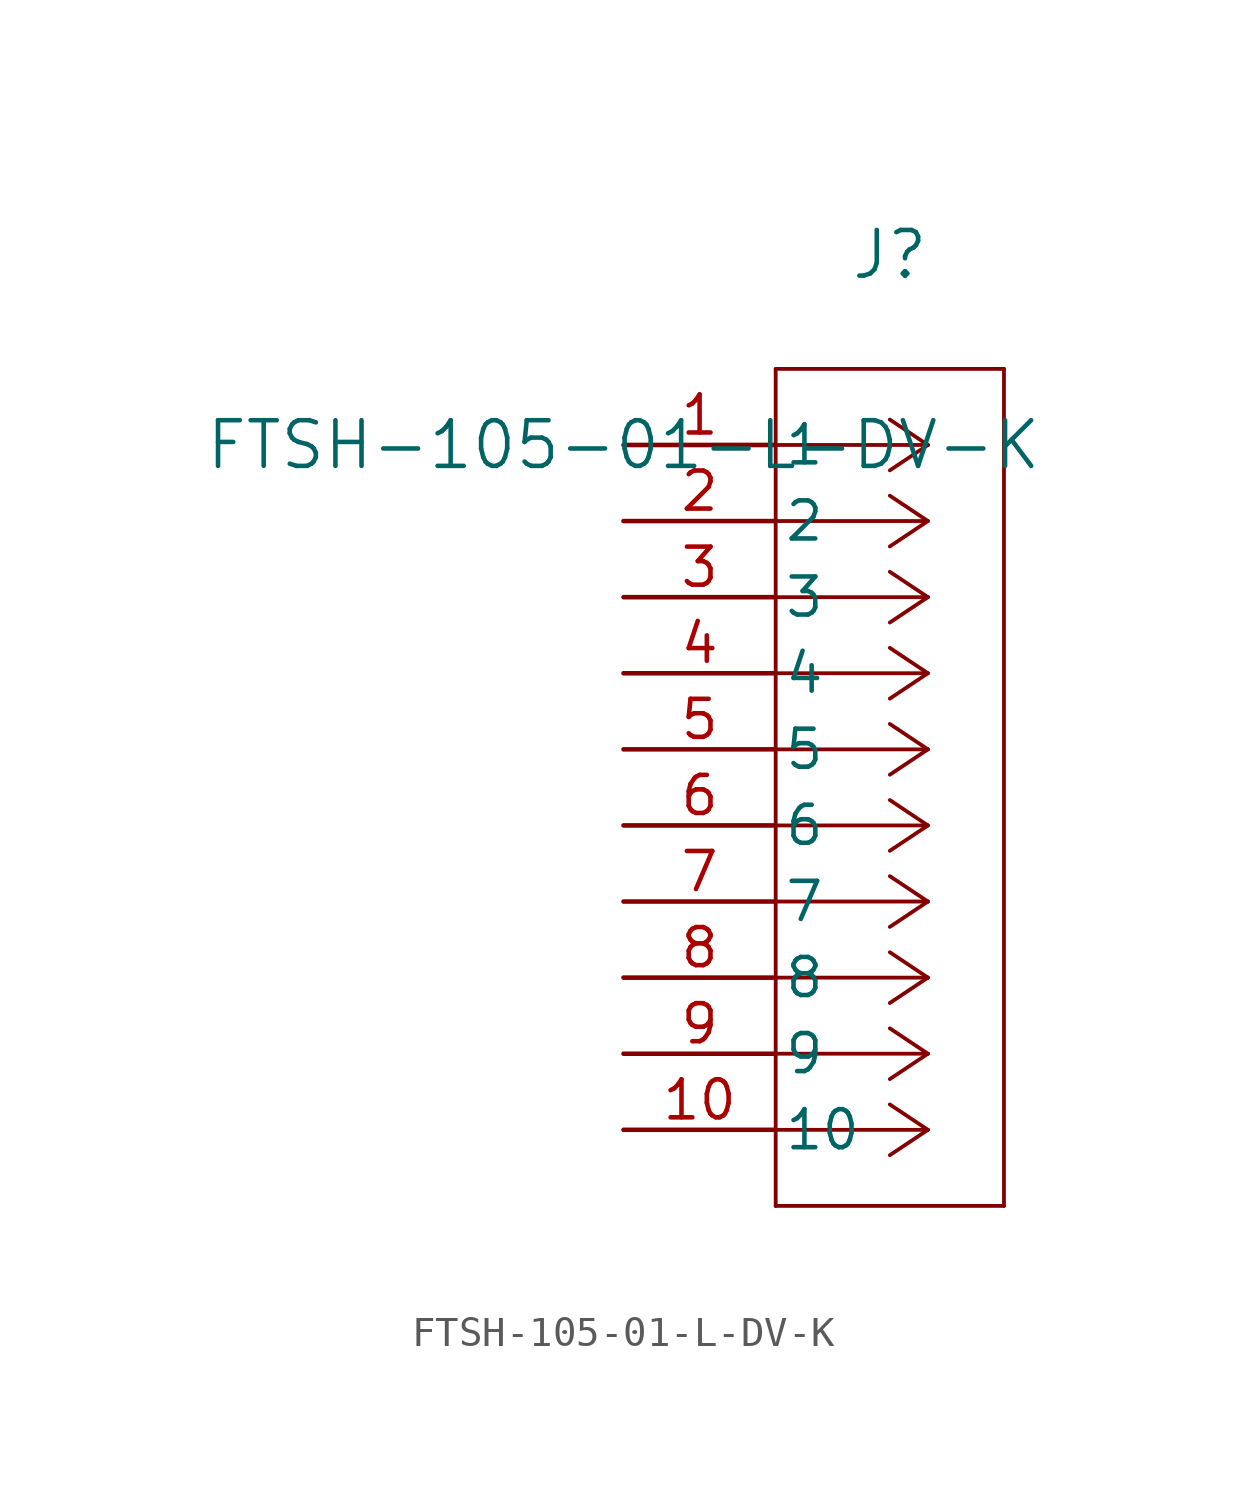
<source format=kicad_sym>
(kicad_symbol_lib
  (version 20220914)
  (generator kicad_symbol_editor)
  (symbol "FTSH-105-01-L-DV-K"
    (pin_names
      (offset 0.254))
    (property "Reference" "J"
      (at 8.89 6.35 0)
      (effects (font (size 1.524 1.524))))
    (property "Value" "FTSH-105-01-L-DV-K"
      (at 0 0 0)
      (effects (font (size 1.524 1.524))))
    (property "ki_locked" ""
      (at 0 0 0)
      (effects (font (size 1.27 1.27))))
    (symbol "FTSH-105-01-L-DV-K_0_1"
      (polyline (pts (xy 5.08 -25.4) (xy 12.7 -25.4)) (stroke (width 0.127) (type default)) (fill (type none)))
      (polyline (pts (xy 5.08 2.54) (xy 5.08 -25.4)) (stroke (width 0.127) (type default)) (fill (type none)))
      (polyline (pts (xy 10.16 -22.86) (xy 5.08 -22.86)) (stroke (width 0.127) (type default)) (fill (type none)))
      (polyline (pts (xy 10.16 -22.86) (xy 8.89 -23.707)) (stroke (width 0.127) (type default)) (fill (type none)))
      (polyline (pts (xy 10.16 -22.86) (xy 8.89 -22.013)) (stroke (width 0.127) (type default)) (fill (type none)))
      (polyline (pts (xy 10.16 -20.32) (xy 5.08 -20.32)) (stroke (width 0.127) (type default)) (fill (type none)))
      (polyline (pts (xy 10.16 -20.32) (xy 8.89 -21.167)) (stroke (width 0.127) (type default)) (fill (type none)))
      (polyline (pts (xy 10.16 -20.32) (xy 8.89 -19.473)) (stroke (width 0.127) (type default)) (fill (type none)))
      (polyline (pts (xy 10.16 -17.78) (xy 5.08 -17.78)) (stroke (width 0.127) (type default)) (fill (type none)))
      (polyline (pts (xy 10.16 -17.78) (xy 8.89 -18.627)) (stroke (width 0.127) (type default)) (fill (type none)))
      (polyline (pts (xy 10.16 -17.78) (xy 8.89 -16.933)) (stroke (width 0.127) (type default)) (fill (type none)))
      (polyline (pts (xy 10.16 -15.24) (xy 5.08 -15.24)) (stroke (width 0.127) (type default)) (fill (type none)))
      (polyline (pts (xy 10.16 -15.24) (xy 8.89 -16.087)) (stroke (width 0.127) (type default)) (fill (type none)))
      (polyline (pts (xy 10.16 -15.24) (xy 8.89 -14.393)) (stroke (width 0.127) (type default)) (fill (type none)))
      (polyline (pts (xy 10.16 -12.7) (xy 5.08 -12.7)) (stroke (width 0.127) (type default)) (fill (type none)))
      (polyline (pts (xy 10.16 -12.7) (xy 8.89 -13.547)) (stroke (width 0.127) (type default)) (fill (type none)))
      (polyline (pts (xy 10.16 -12.7) (xy 8.89 -11.853)) (stroke (width 0.127) (type default)) (fill (type none)))
      (polyline (pts (xy 10.16 -10.16) (xy 5.08 -10.16)) (stroke (width 0.127) (type default)) (fill (type none)))
      (polyline (pts (xy 10.16 -10.16) (xy 8.89 -11.007)) (stroke (width 0.127) (type default)) (fill (type none)))
      (polyline (pts (xy 10.16 -10.16) (xy 8.89 -9.313)) (stroke (width 0.127) (type default)) (fill (type none)))
      (polyline (pts (xy 10.16 -7.62) (xy 5.08 -7.62)) (stroke (width 0.127) (type default)) (fill (type none)))
      (polyline (pts (xy 10.16 -7.62) (xy 8.89 -8.467)) (stroke (width 0.127) (type default)) (fill (type none)))
      (polyline (pts (xy 10.16 -7.62) (xy 8.89 -6.773)) (stroke (width 0.127) (type default)) (fill (type none)))
      (polyline (pts (xy 10.16 -5.08) (xy 5.08 -5.08)) (stroke (width 0.127) (type default)) (fill (type none)))
      (polyline (pts (xy 10.16 -5.08) (xy 8.89 -5.927)) (stroke (width 0.127) (type default)) (fill (type none)))
      (polyline (pts (xy 10.16 -5.08) (xy 8.89 -4.233)) (stroke (width 0.127) (type default)) (fill (type none)))
      (polyline (pts (xy 10.16 -2.54) (xy 5.08 -2.54)) (stroke (width 0.127) (type default)) (fill (type none)))
      (polyline (pts (xy 10.16 -2.54) (xy 8.89 -3.387)) (stroke (width 0.127) (type default)) (fill (type none)))
      (polyline (pts (xy 10.16 -2.54) (xy 8.89 -1.693)) (stroke (width 0.127) (type default)) (fill (type none)))
      (polyline (pts (xy 10.16 0) (xy 5.08 0)) (stroke (width 0.127) (type default)) (fill (type none)))
      (polyline (pts (xy 10.16 0) (xy 8.89 -0.847)) (stroke (width 0.127) (type default)) (fill (type none)))
      (polyline (pts (xy 10.16 0) (xy 8.89 0.847)) (stroke (width 0.127) (type default)) (fill (type none)))
      (polyline (pts (xy 12.7 -25.4) (xy 12.7 2.54)) (stroke (width 0.127) (type default)) (fill (type none)))
      (polyline (pts (xy 12.7 2.54) (xy 5.08 2.54)) (stroke (width 0.127) (type default)) (fill (type none)))
      (pin unspecified line (at 0 0 0) (length 5.08) (name "1" (effects (font (size 1.27 1.27)))) (number "1" (effects (font (size 1.27 1.27)))))
      (pin unspecified line (at 0 -22.86 0) (length 5.08) (name "10" (effects (font (size 1.27 1.27)))) (number "10" (effects (font (size 1.27 1.27)))))
      (pin unspecified line (at 0 -2.54 0) (length 5.08) (name "2" (effects (font (size 1.27 1.27)))) (number "2" (effects (font (size 1.27 1.27)))))
      (pin unspecified line (at 0 -5.08 0) (length 5.08) (name "3" (effects (font (size 1.27 1.27)))) (number "3" (effects (font (size 1.27 1.27)))))
      (pin unspecified line (at 0 -7.62 0) (length 5.08) (name "4" (effects (font (size 1.27 1.27)))) (number "4" (effects (font (size 1.27 1.27)))))
      (pin unspecified line (at 0 -10.16 0) (length 5.08) (name "5" (effects (font (size 1.27 1.27)))) (number "5" (effects (font (size 1.27 1.27)))))
      (pin unspecified line (at 0 -12.7 0) (length 5.08) (name "6" (effects (font (size 1.27 1.27)))) (number "6" (effects (font (size 1.27 1.27)))))
      (pin unspecified line (at 0 -15.24 0) (length 5.08) (name "7" (effects (font (size 1.27 1.27)))) (number "7" (effects (font (size 1.27 1.27)))))
      (pin unspecified line (at 0 -17.78 0) (length 5.08) (name "8" (effects (font (size 1.27 1.27)))) (number "8" (effects (font (size 1.27 1.27)))))
      (pin unspecified line (at 0 -20.32 0) (length 5.08) (name "9" (effects (font (size 1.27 1.27)))) (number "9" (effects (font (size 1.27 1.27))))))))
</source>
